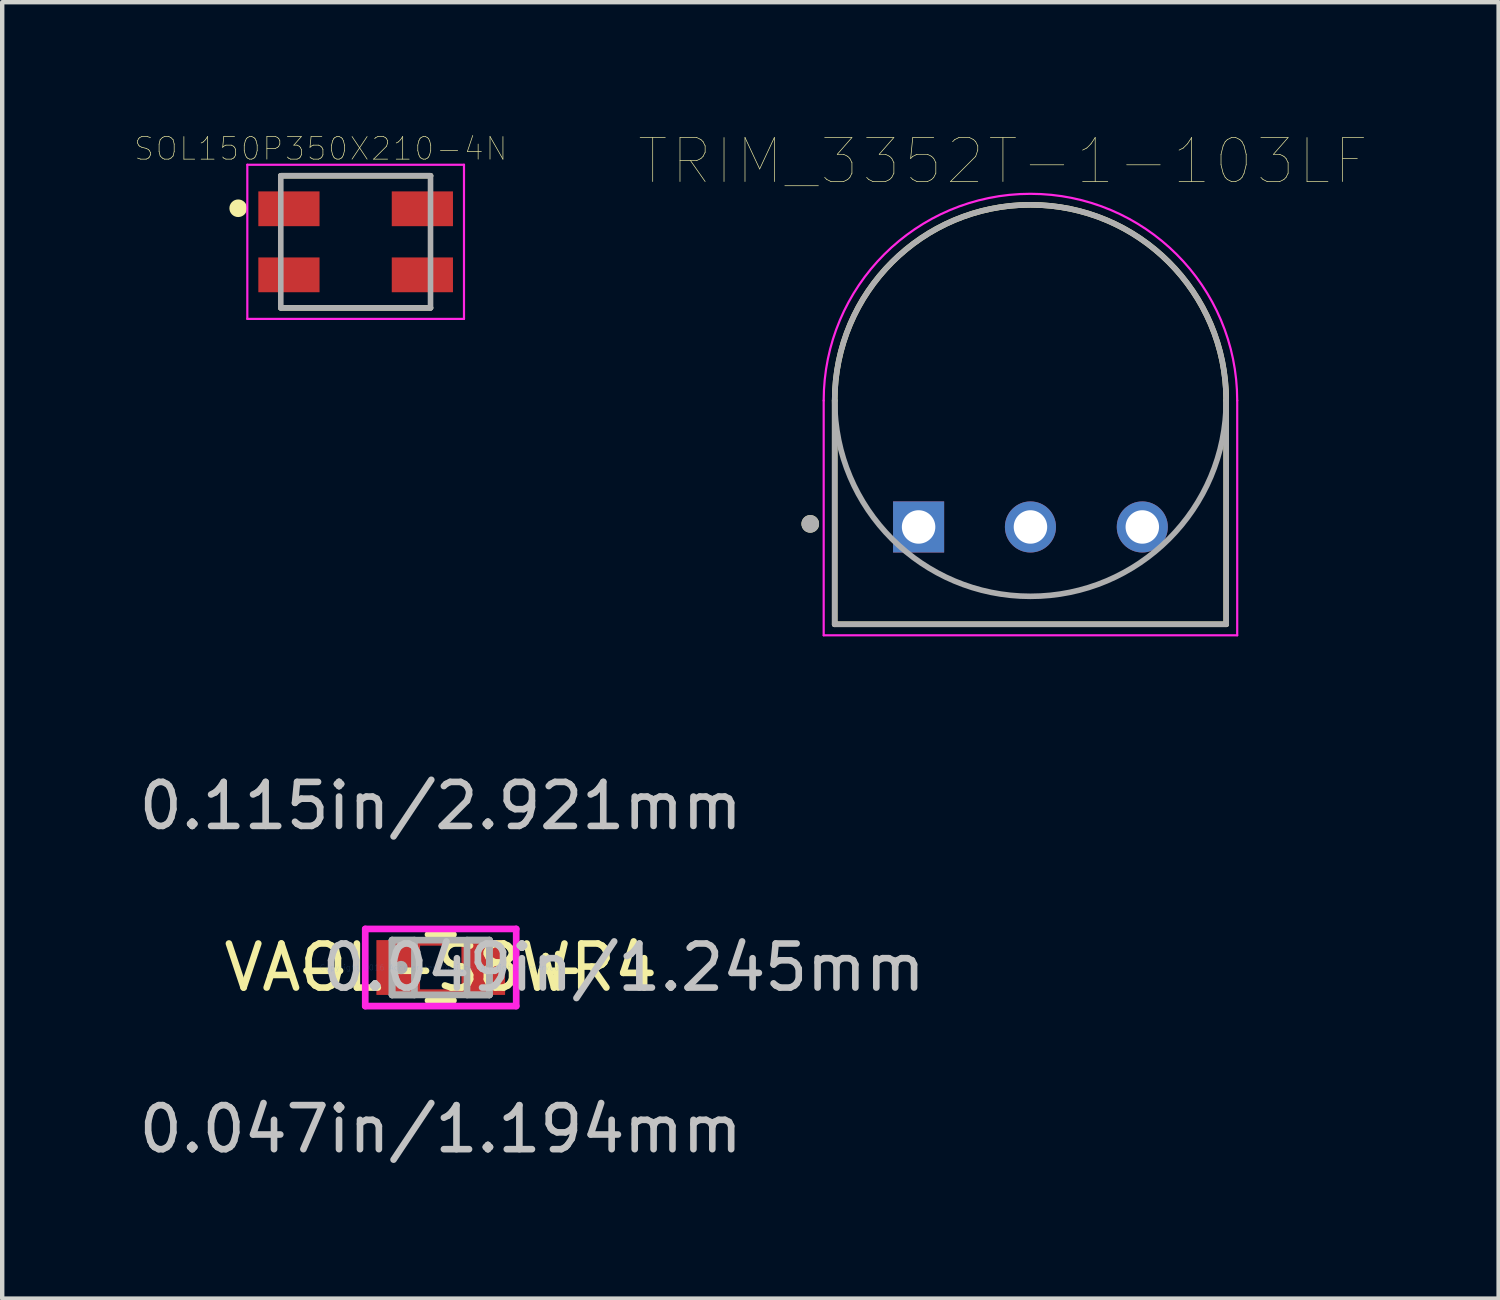
<source format=kicad_pcb>
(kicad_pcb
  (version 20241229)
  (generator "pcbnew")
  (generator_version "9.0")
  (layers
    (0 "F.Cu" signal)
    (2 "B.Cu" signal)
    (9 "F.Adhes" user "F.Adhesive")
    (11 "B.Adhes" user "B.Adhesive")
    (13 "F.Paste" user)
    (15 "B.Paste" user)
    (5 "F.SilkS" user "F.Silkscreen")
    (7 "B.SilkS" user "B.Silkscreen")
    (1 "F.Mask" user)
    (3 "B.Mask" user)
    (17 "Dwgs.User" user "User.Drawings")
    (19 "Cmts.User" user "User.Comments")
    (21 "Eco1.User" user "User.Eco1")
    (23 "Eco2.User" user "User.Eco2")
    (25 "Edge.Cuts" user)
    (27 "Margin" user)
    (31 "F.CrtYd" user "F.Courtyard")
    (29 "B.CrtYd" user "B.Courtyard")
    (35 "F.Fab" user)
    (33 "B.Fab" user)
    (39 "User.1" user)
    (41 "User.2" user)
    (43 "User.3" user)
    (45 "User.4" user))
  (footprint "TRIM_3352T-1-103LF"
    (layer "F.Cu")
    (at 20.349 6.046)
    (property "Reference" "TRIM_3352T-1-103LF" (at -0.625 -5.435 0) (layer "F.SilkS") (effects (font (size 1 1) (thickness 0.015))))
    (attr through_hole)
    (fp_line (start -4.445 0) (end -4.445 5.08) (stroke (width 0.127) (type solid)) (layer "F.SilkS"))
    (fp_line (start -4.445 5.08) (end 4.445 5.08) (stroke (width 0.127) (type solid)) (layer "F.SilkS"))
    (fp_line (start 4.445 0) (end 4.445 5.08) (stroke (width 0.127) (type solid)) (layer "F.SilkS"))
    (fp_arc (start -4.445 0) (mid 0 -4.445) (end 4.445 0) (stroke (width 0.127) (type solid)) (layer "F.SilkS"))
    (fp_circle (center -5 2.8) (end -4.9 2.8) (stroke (width 0.2) (type solid)) (fill no) (layer "F.SilkS"))
    (fp_line (start -4.695 0) (end -4.695 5.33) (stroke (width 0.05) (type solid)) (layer "F.CrtYd"))
    (fp_line (start -4.695 5.33) (end 4.695 5.33) (stroke (width 0.05) (type solid)) (layer "F.CrtYd"))
    (fp_line (start 4.695 5.33) (end 4.695 0) (stroke (width 0.05) (type solid)) (layer "F.CrtYd"))
    (fp_arc (start -4.695 0) (mid 0 -4.695) (end 4.695 0) (stroke (width 0.05) (type solid)) (layer "F.CrtYd"))
    (fp_line (start -4.445 0) (end -4.445 5.08) (stroke (width 0.127) (type solid)) (layer "F.Fab"))
    (fp_line (start -4.445 5.08) (end 4.445 5.08) (stroke (width 0.127) (type solid)) (layer "F.Fab"))
    (fp_line (start 4.445 5.08) (end 4.445 0) (stroke (width 0.127) (type solid)) (layer "F.Fab"))
    (fp_circle (center -5 2.8) (end -4.9 2.8) (stroke (width 0.2) (type solid)) (fill no) (layer "F.Fab"))
    (fp_circle (center 0 0) (end 4.445 0) (stroke (width 0.127) (type solid)) (fill no) (layer "F.Fab"))
    (pad "1" thru_hole rect (at -2.54 2.87) (size 1.16 1.16) (drill 0.76) (layers "*.Cu" "*.Mask"))
    (pad "2" thru_hole circle (at 0 2.87) (size 1.16 1.16) (drill 0.76) (layers "*.Cu" "*.Mask"))
    (pad "3" thru_hole circle (at 2.54 2.87) (size 1.16 1.16) (drill 0.76) (layers "*.Cu" "*.Mask")))
  (footprint "SOL150P350X210-4N"
    (layer "F.Cu")
    (at 5.026 2.441)
    (property "Reference" "SOL150P350X210-4N" (at -0.792 -2.114 0) (layer "F.SilkS") (effects (font (size 0.514 0.514) (thickness 0.015))))
    (attr through_hole)
    (fp_line (start 1.7 -1.5) (end -1.7 -1.5) (stroke (width 0.127) (type solid)) (layer "F.SilkS"))
    (fp_line (start 1.7 1.5) (end -1.7 1.5) (stroke (width 0.127) (type solid)) (layer "F.SilkS"))
    (fp_circle (center -2.667 -0.762) (end -2.567 -0.762) (stroke (width 0.2) (type solid)) (fill no) (layer "F.SilkS"))
    (fp_line (start -2.46 -1.75) (end -2.46 1.75) (stroke (width 0.05) (type solid)) (layer "F.CrtYd"))
    (fp_line (start -2.46 1.75) (end 2.46 1.75) (stroke (width 0.05) (type solid)) (layer "F.CrtYd"))
    (fp_line (start 2.46 -1.75) (end -2.46 -1.75) (stroke (width 0.05) (type solid)) (layer "F.CrtYd"))
    (fp_line (start 2.46 1.75) (end 2.46 -1.75) (stroke (width 0.05) (type solid)) (layer "F.CrtYd"))
    (fp_line (start -1.7 -1.5) (end -1.7 1.5) (stroke (width 0.127) (type solid)) (layer "F.Fab"))
    (fp_line (start -1.7 1.5) (end 1.7 1.5) (stroke (width 0.127) (type solid)) (layer "F.Fab"))
    (fp_line (start 1.7 -1.5) (end -1.7 -1.5) (stroke (width 0.127) (type solid)) (layer "F.Fab"))
    (fp_line (start 1.7 1.5) (end 1.7 -1.5) (stroke (width 0.127) (type solid)) (layer "F.Fab"))
    (pad "1" smd rect (at -1.515 -0.75) (size 1.39 0.79) (layers "F.Cu" "F.Mask" "F.Paste"))
    (pad "2" smd rect (at -1.515 0.75) (size 1.39 0.79) (layers "F.Cu" "F.Mask" "F.Paste"))
    (pad "3" smd rect (at 1.515 0.75) (size 1.39 0.79) (layers "F.Cu" "F.Mask" "F.Paste"))
    (pad "4" smd rect (at 1.515 -0.75) (size 1.39 0.79) (layers "F.Cu" "F.Mask" "F.Paste")))
  (footprint "VAOL-S8WR4"
    (layer "F.Cu")
    (at 6.958 18.92)
    (property "Reference" "VAOL-S8WR4" (at 0 0 0) (layer "F.SilkS") (effects (font (size 1 1) (thickness 0.15))))
    (attr through_hole)
    (fp_line (start -0.546 -0.572) (end 0.546 -0.572) (stroke (width 0.152) (type solid)) (layer "F.Cu"))
    (fp_line (start -0.546 0.572) (end -0.546 -0.572) (stroke (width 0.152) (type solid)) (layer "F.Cu"))
    (fp_line (start 0.546 -0.572) (end 0.546 0.572) (stroke (width 0.152) (type solid)) (layer "F.Cu"))
    (fp_line (start 0.546 0.572) (end -0.546 0.572) (stroke (width 0.152) (type solid)) (layer "F.Cu"))
    (fp_line (start -0.289 0.749) (end 0.289 0.749) (stroke (width 0.152) (type solid)) (layer "F.SilkS"))
    (fp_line (start 0.289 -0.749) (end -0.289 -0.749) (stroke (width 0.152) (type solid)) (layer "F.SilkS"))
    (fp_line (start -1.714 -0.876) (end 1.714 -0.876) (stroke (width 0.152) (type solid)) (layer "F.CrtYd"))
    (fp_line (start -1.714 0.876) (end -1.714 -0.876) (stroke (width 0.152) (type solid)) (layer "F.CrtYd"))
    (fp_line (start 1.714 -0.876) (end 1.714 0.876) (stroke (width 0.152) (type solid)) (layer "F.CrtYd"))
    (fp_line (start 1.714 0.876) (end -1.714 0.876) (stroke (width 0.152) (type solid)) (layer "F.CrtYd"))
    (fp_line (start -1.105 -0.622) (end -1.105 0.622) (stroke (width 0.152) (type solid)) (layer "F.Fab"))
    (fp_line (start -1.105 -0.622) (end -1.105 0.622) (stroke (width 0.152) (type solid)) (layer "F.Fab"))
    (fp_line (start -1.105 0.622) (end -0.597 0.622) (stroke (width 0.152) (type solid)) (layer "F.Fab"))
    (fp_line (start -1.105 0.622) (end 1.105 0.622) (stroke (width 0.152) (type solid)) (layer "F.Fab"))
    (fp_line (start -0.597 -0.622) (end -1.105 -0.622) (stroke (width 0.152) (type solid)) (layer "F.Fab"))
    (fp_line (start -0.597 0.622) (end -0.597 -0.622) (stroke (width 0.152) (type solid)) (layer "F.Fab"))
    (fp_line (start 0.597 -0.622) (end 0.597 0.622) (stroke (width 0.152) (type solid)) (layer "F.Fab"))
    (fp_line (start 0.597 0.622) (end 1.105 0.622) (stroke (width 0.152) (type solid)) (layer "F.Fab"))
    (fp_line (start 1.105 -0.622) (end -1.105 -0.622) (stroke (width 0.152) (type solid)) (layer "F.Fab"))
    (fp_line (start 1.105 -0.622) (end 0.597 -0.622) (stroke (width 0.152) (type solid)) (layer "F.Fab"))
    (fp_line (start 1.105 0.622) (end 1.105 -0.622) (stroke (width 0.152) (type solid)) (layer "F.Fab"))
    (fp_line (start 1.105 0.622) (end 1.105 -0.622) (stroke (width 0.152) (type solid)) (layer "F.Fab"))
    (fp_circle (center -0.902 0) (end -0.826 0) (stroke (width 0.152) (type solid)) (fill no) (layer "F.Fab"))
    (fp_text user "-" (at -2.667 0 0) (layer "F.SilkS") (effects (font (size 1 1) (thickness 0.15))))
    (fp_text user "+" (at 2.667 0 0) (layer "F.SilkS") (effects (font (size 1 1) (thickness 0.15))))
    (fp_text user "0.115in/2.921mm" (at 0 -3.67 0) (layer "Dwgs.User") (effects (font (size 1 1) (thickness 0.15))))
    (fp_text user "0.047in/1.194mm" (at 0 3.67 0) (layer "Dwgs.User") (effects (font (size 1 1) (thickness 0.15))))
    (fp_text user "0.049in/1.245mm" (at 4.153 0 0) (layer "Dwgs.User") (effects (font (size 1 1) (thickness 0.15))))
    (fp_text user "Copyright 2016 Accelerated Designs. All rights reserved." (at 0 0 0) (layer "Cmts.User") (effects (font (size 0.127 0.127) (thickness 0.002))))
    (pad "1" smd rect (at -1.029 0) (size 0.864 1.245) (layers "F.Cu" "F.Mask" "F.Paste"))
    (pad "2" smd rect (at 1.029 0) (size 0.864 1.245) (layers "F.Cu" "F.Mask" "F.Paste")))
  (gr_rect
    (start -3 -3)
    (end 30.98 26.438)
    (stroke (width 0.1) (type default))
    (fill no)
    (layer "Edge.Cuts")))
</source>
